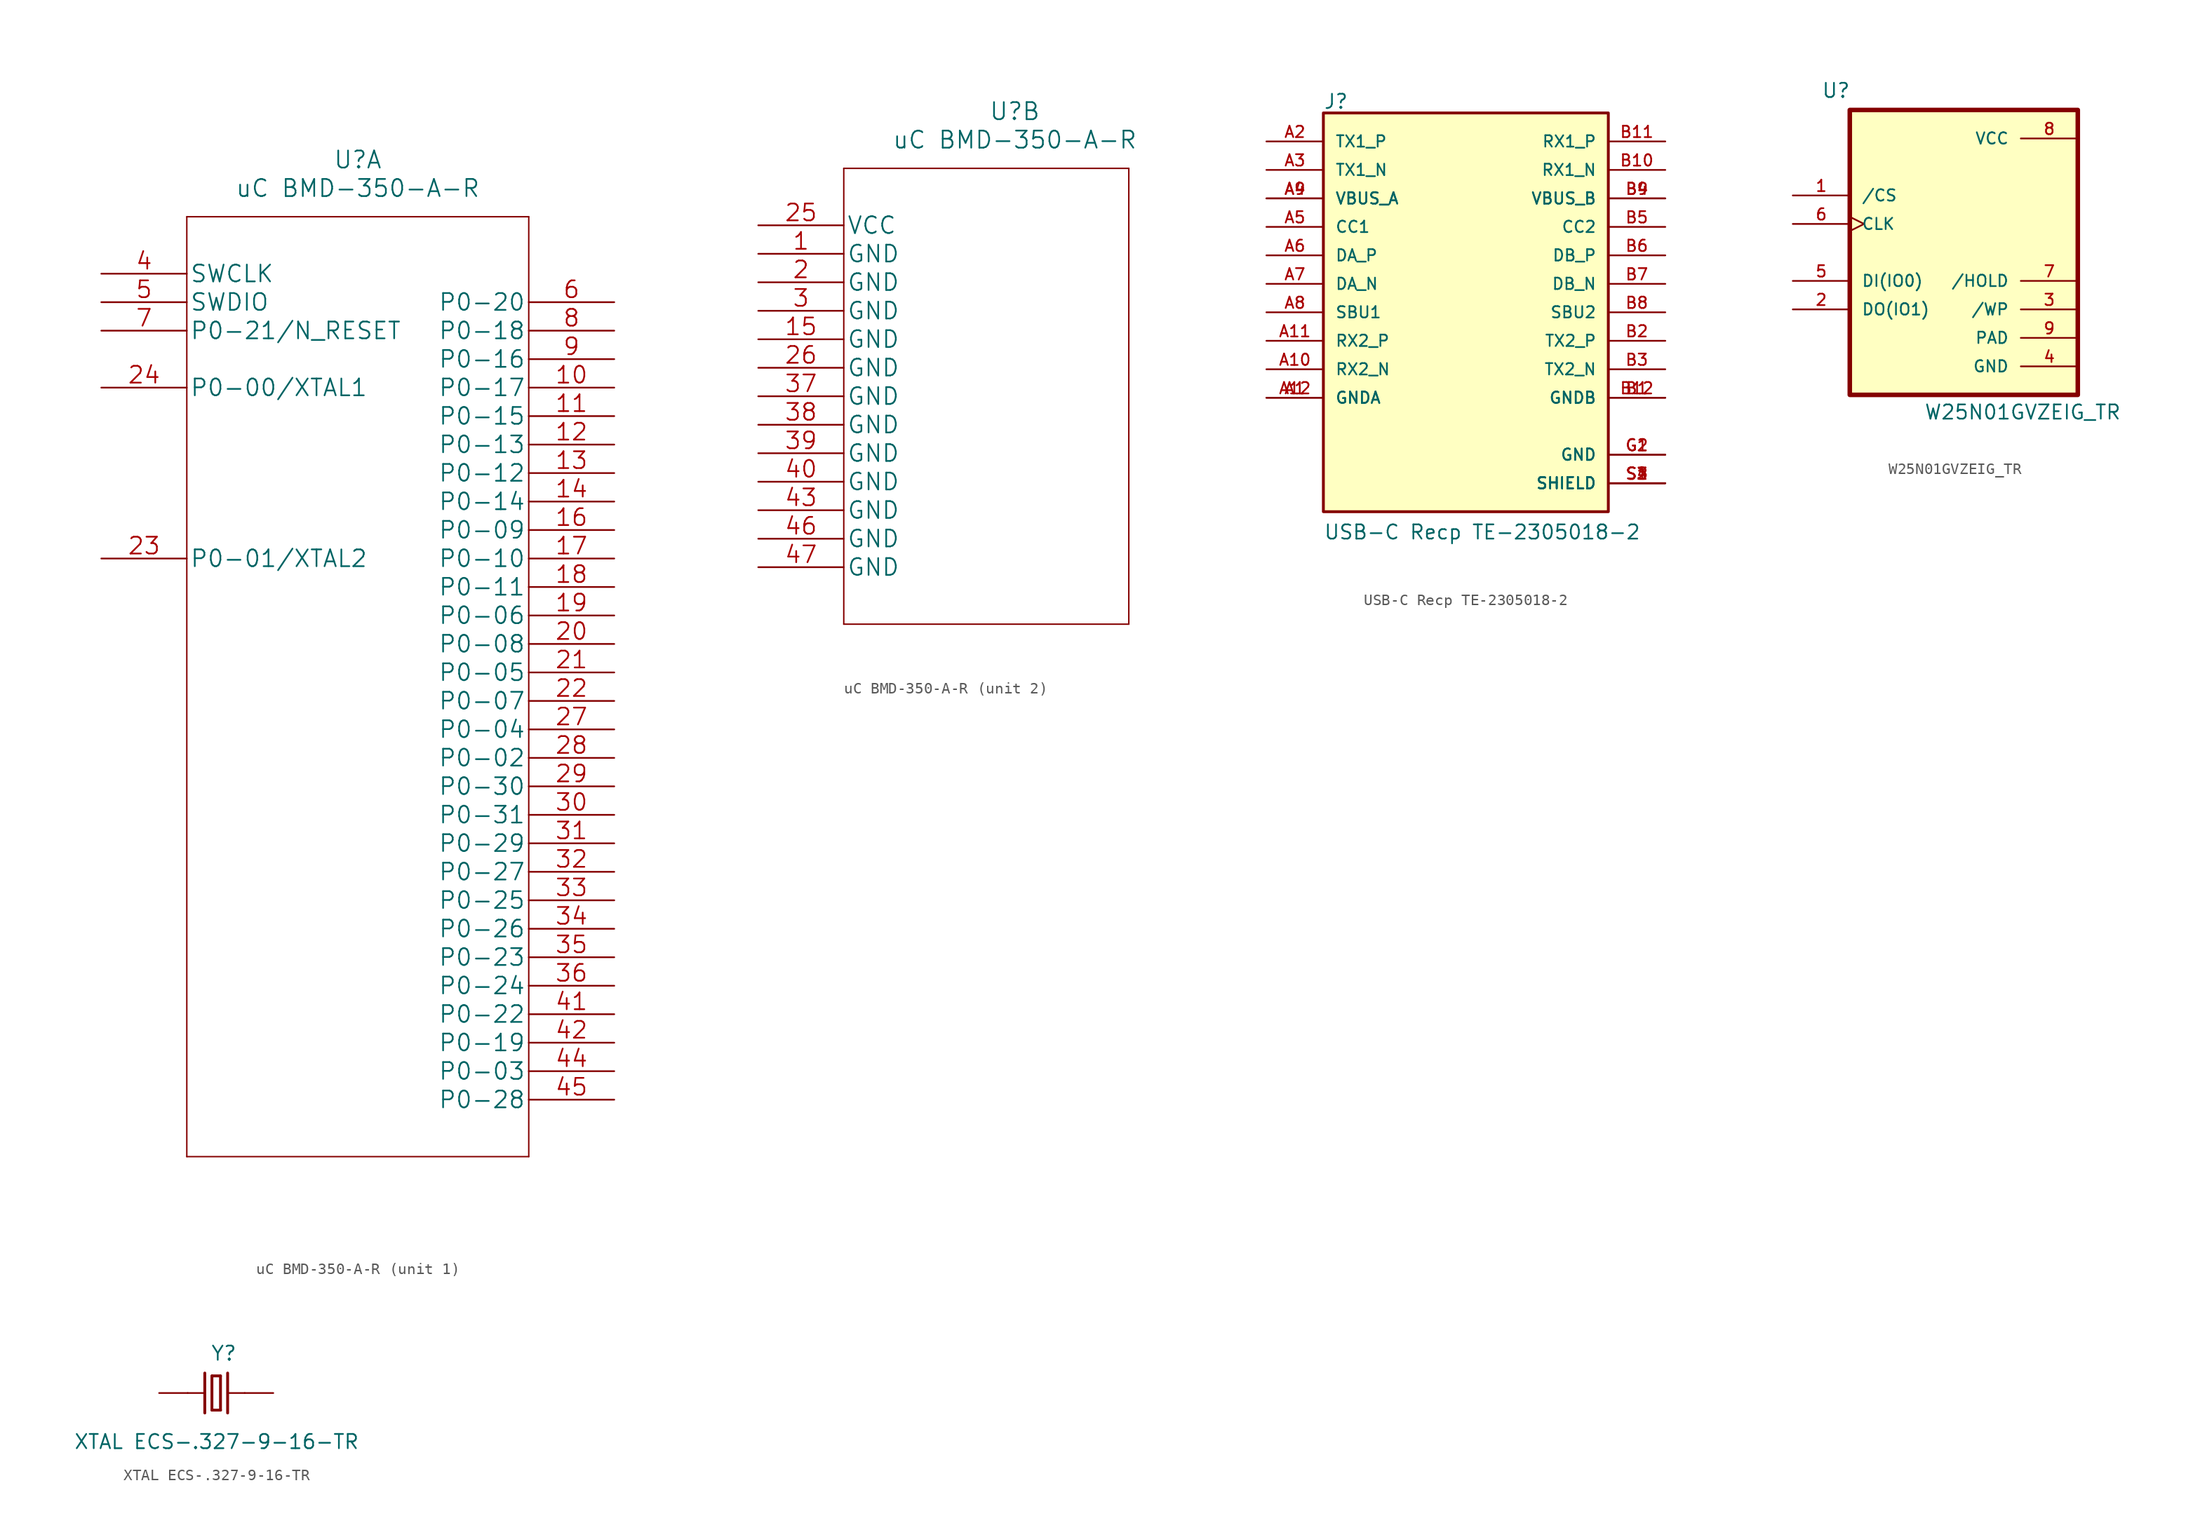
<source format=kicad_sym>
(kicad_symbol_lib
  (version 20211014)
  (generator kicad_symbol_editor)
  (symbol "uC BMD-350-A-R"
    (pin_names
      (offset 0.254))
    (property "Reference" "U"
      (at 22.86 10.16 0)
      (effects (font (size 1.524 1.524))))
    (property "Value" "uC BMD-350-A-R"
      (at 22.86 7.62 0)
      (effects (font (size 1.524 1.524))))
    (property "Datasheet" ""
      (at 0 0 0)
      (effects (font (size 1.524 1.524))))
    (property "ki_locked" ""
      (at 0 0 0)
      (effects (font (size 1.27 1.27))))
    (symbol "uC BMD-350-A-R_1_1"
      (polyline (pts (xy 7.62 -78.74) (xy 38.1 -78.74)) (stroke (width 0.127) (type default) (color 0 0 0 0)) (fill (type none)))
      (polyline (pts (xy 7.62 5.08) (xy 7.62 -78.74)) (stroke (width 0.127) (type default) (color 0 0 0 0)) (fill (type none)))
      (polyline (pts (xy 38.1 -78.74) (xy 38.1 5.08)) (stroke (width 0.127) (type default) (color 0 0 0 0)) (fill (type none)))
      (polyline (pts (xy 38.1 5.08) (xy 7.62 5.08)) (stroke (width 0.127) (type default) (color 0 0 0 0)) (fill (type none)))
      (pin bidirectional line (at 45.72 -10.16 180) (length 7.62) (name "P0-17" (effects (font (size 1.499 1.499)))) (number "10" (effects (font (size 1.499 1.499)))))
      (pin bidirectional line (at 45.72 -12.7 180) (length 7.62) (name "P0-15" (effects (font (size 1.499 1.499)))) (number "11" (effects (font (size 1.499 1.499)))))
      (pin bidirectional line (at 45.72 -15.24 180) (length 7.62) (name "P0-13" (effects (font (size 1.499 1.499)))) (number "12" (effects (font (size 1.499 1.499)))))
      (pin bidirectional line (at 45.72 -17.78 180) (length 7.62) (name "P0-12" (effects (font (size 1.499 1.499)))) (number "13" (effects (font (size 1.499 1.499)))))
      (pin bidirectional line (at 45.72 -20.32 180) (length 7.62) (name "P0-14" (effects (font (size 1.499 1.499)))) (number "14" (effects (font (size 1.499 1.499)))))
      (pin bidirectional line (at 45.72 -22.86 180) (length 7.62) (name "P0-09" (effects (font (size 1.499 1.499)))) (number "16" (effects (font (size 1.499 1.499)))))
      (pin bidirectional line (at 45.72 -25.4 180) (length 7.62) (name "P0-10" (effects (font (size 1.499 1.499)))) (number "17" (effects (font (size 1.499 1.499)))))
      (pin bidirectional line (at 45.72 -27.94 180) (length 7.62) (name "P0-11" (effects (font (size 1.499 1.499)))) (number "18" (effects (font (size 1.499 1.499)))))
      (pin bidirectional line (at 45.72 -30.48 180) (length 7.62) (name "P0-06" (effects (font (size 1.499 1.499)))) (number "19" (effects (font (size 1.499 1.499)))))
      (pin bidirectional line (at 45.72 -33.02 180) (length 7.62) (name "P0-08" (effects (font (size 1.499 1.499)))) (number "20" (effects (font (size 1.499 1.499)))))
      (pin bidirectional line (at 45.72 -35.56 180) (length 7.62) (name "P0-05" (effects (font (size 1.499 1.499)))) (number "21" (effects (font (size 1.499 1.499)))))
      (pin bidirectional line (at 45.72 -38.1 180) (length 7.62) (name "P0-07" (effects (font (size 1.499 1.499)))) (number "22" (effects (font (size 1.499 1.499)))))
      (pin bidirectional line (at 0 -25.4 0) (length 7.62) (name "P0-01/XTAL2" (effects (font (size 1.499 1.499)))) (number "23" (effects (font (size 1.499 1.499)))))
      (pin bidirectional line (at 0 -10.16 0) (length 7.62) (name "P0-00/XTAL1" (effects (font (size 1.499 1.499)))) (number "24" (effects (font (size 1.499 1.499)))))
      (pin bidirectional line (at 45.72 -40.64 180) (length 7.62) (name "P0-04" (effects (font (size 1.499 1.499)))) (number "27" (effects (font (size 1.499 1.499)))))
      (pin bidirectional line (at 45.72 -43.18 180) (length 7.62) (name "P0-02" (effects (font (size 1.499 1.499)))) (number "28" (effects (font (size 1.499 1.499)))))
      (pin bidirectional line (at 45.72 -45.72 180) (length 7.62) (name "P0-30" (effects (font (size 1.499 1.499)))) (number "29" (effects (font (size 1.499 1.499)))))
      (pin bidirectional line (at 45.72 -48.26 180) (length 7.62) (name "P0-31" (effects (font (size 1.499 1.499)))) (number "30" (effects (font (size 1.499 1.499)))))
      (pin bidirectional line (at 45.72 -50.8 180) (length 7.62) (name "P0-29" (effects (font (size 1.499 1.499)))) (number "31" (effects (font (size 1.499 1.499)))))
      (pin bidirectional line (at 45.72 -53.34 180) (length 7.62) (name "P0-27" (effects (font (size 1.499 1.499)))) (number "32" (effects (font (size 1.499 1.499)))))
      (pin bidirectional line (at 45.72 -55.88 180) (length 7.62) (name "P0-25" (effects (font (size 1.499 1.499)))) (number "33" (effects (font (size 1.499 1.499)))))
      (pin bidirectional line (at 45.72 -58.42 180) (length 7.62) (name "P0-26" (effects (font (size 1.499 1.499)))) (number "34" (effects (font (size 1.499 1.499)))))
      (pin bidirectional line (at 45.72 -60.96 180) (length 7.62) (name "P0-23" (effects (font (size 1.499 1.499)))) (number "35" (effects (font (size 1.499 1.499)))))
      (pin bidirectional line (at 45.72 -63.5 180) (length 7.62) (name "P0-24" (effects (font (size 1.499 1.499)))) (number "36" (effects (font (size 1.499 1.499)))))
      (pin input line (at 0 0 0) (length 7.62) (name "SWCLK" (effects (font (size 1.499 1.499)))) (number "4" (effects (font (size 1.499 1.499)))))
      (pin bidirectional line (at 45.72 -66.04 180) (length 7.62) (name "P0-22" (effects (font (size 1.499 1.499)))) (number "41" (effects (font (size 1.499 1.499)))))
      (pin bidirectional line (at 45.72 -68.58 180) (length 7.62) (name "P0-19" (effects (font (size 1.499 1.499)))) (number "42" (effects (font (size 1.499 1.499)))))
      (pin bidirectional line (at 45.72 -71.12 180) (length 7.62) (name "P0-03" (effects (font (size 1.499 1.499)))) (number "44" (effects (font (size 1.499 1.499)))))
      (pin bidirectional line (at 45.72 -73.66 180) (length 7.62) (name "P0-28" (effects (font (size 1.499 1.499)))) (number "45" (effects (font (size 1.499 1.499)))))
      (pin bidirectional line (at 0 -2.54 0) (length 7.62) (name "SWDIO" (effects (font (size 1.499 1.499)))) (number "5" (effects (font (size 1.499 1.499)))))
      (pin bidirectional line (at 45.72 -2.54 180) (length 7.62) (name "P0-20" (effects (font (size 1.499 1.499)))) (number "6" (effects (font (size 1.499 1.499)))))
      (pin bidirectional line (at 0 -5.08 0) (length 7.62) (name "P0-21/N_RESET" (effects (font (size 1.499 1.499)))) (number "7" (effects (font (size 1.499 1.499)))))
      (pin bidirectional line (at 45.72 -5.08 180) (length 7.62) (name "P0-18" (effects (font (size 1.499 1.499)))) (number "8" (effects (font (size 1.499 1.499)))))
      (pin bidirectional line (at 45.72 -7.62 180) (length 7.62) (name "P0-16" (effects (font (size 1.499 1.499)))) (number "9" (effects (font (size 1.499 1.499))))))
    (symbol "uC BMD-350-A-R_2_1"
      (polyline (pts (xy 7.62 -35.56) (xy 33.02 -35.56)) (stroke (width 0.127) (type default) (color 0 0 0 0)) (fill (type none)))
      (polyline (pts (xy 7.62 5.08) (xy 7.62 -35.56)) (stroke (width 0.127) (type default) (color 0 0 0 0)) (fill (type none)))
      (polyline (pts (xy 33.02 -35.56) (xy 33.02 5.08)) (stroke (width 0.127) (type default) (color 0 0 0 0)) (fill (type none)))
      (polyline (pts (xy 33.02 5.08) (xy 7.62 5.08)) (stroke (width 0.127) (type default) (color 0 0 0 0)) (fill (type none)))
      (pin power_in line (at 0 -2.54 0) (length 7.62) (name "GND" (effects (font (size 1.499 1.499)))) (number "1" (effects (font (size 1.499 1.499)))))
      (pin power_in line (at 0 -10.16 0) (length 7.62) (name "GND" (effects (font (size 1.499 1.499)))) (number "15" (effects (font (size 1.499 1.499)))))
      (pin power_in line (at 0 -5.08 0) (length 7.62) (name "GND" (effects (font (size 1.499 1.499)))) (number "2" (effects (font (size 1.499 1.499)))))
      (pin power_in line (at 0 0 0) (length 7.62) (name "VCC" (effects (font (size 1.499 1.499)))) (number "25" (effects (font (size 1.499 1.499)))))
      (pin power_in line (at 0 -12.7 0) (length 7.62) (name "GND" (effects (font (size 1.499 1.499)))) (number "26" (effects (font (size 1.499 1.499)))))
      (pin power_in line (at 0 -7.62 0) (length 7.62) (name "GND" (effects (font (size 1.499 1.499)))) (number "3" (effects (font (size 1.499 1.499)))))
      (pin power_in line (at 0 -15.24 0) (length 7.62) (name "GND" (effects (font (size 1.499 1.499)))) (number "37" (effects (font (size 1.499 1.499)))))
      (pin power_in line (at 0 -17.78 0) (length 7.62) (name "GND" (effects (font (size 1.499 1.499)))) (number "38" (effects (font (size 1.499 1.499)))))
      (pin power_in line (at 0 -20.32 0) (length 7.62) (name "GND" (effects (font (size 1.499 1.499)))) (number "39" (effects (font (size 1.499 1.499)))))
      (pin power_in line (at 0 -22.86 0) (length 7.62) (name "GND" (effects (font (size 1.499 1.499)))) (number "40" (effects (font (size 1.499 1.499)))))
      (pin power_in line (at 0 -25.4 0) (length 7.62) (name "GND" (effects (font (size 1.499 1.499)))) (number "43" (effects (font (size 1.499 1.499)))))
      (pin power_in line (at 0 -27.94 0) (length 7.62) (name "GND" (effects (font (size 1.499 1.499)))) (number "46" (effects (font (size 1.499 1.499)))))
      (pin power_in line (at 0 -30.48 0) (length 7.62) (name "GND" (effects (font (size 1.499 1.499)))) (number "47" (effects (font (size 1.499 1.499)))))))
  (symbol "USB-C Recp TE-2305018-2"
    (pin_names
      (offset 1.016))
    (property "Reference" "J"
      (at -12.7 18.059 0)
      (effects (font (size 1.27 1.27)) (justify left bottom)))
    (property "Value" "USB-C Recp TE-2305018-2"
      (at -12.7 -20.345 0)
      (effects (font (size 1.27 1.27)) (justify left bottom)))
    (symbol "USB-C Recp TE-2305018-2_0_0"
      (rectangle (start -12.7 -17.78) (end 12.7 17.78) (stroke (width 0.254) (type default) (color 0 0 0 0)) (fill (type background)))
      (pin passive line (at -17.78 -7.62 0) (length 5.08) (name "GNDA" (effects (font (size 1.016 1.016)))) (number "A1" (effects (font (size 1.016 1.016)))))
      (pin passive line (at -17.78 -5.08 0) (length 5.08) (name "RX2_N" (effects (font (size 1.016 1.016)))) (number "A10" (effects (font (size 1.016 1.016)))))
      (pin passive line (at -17.78 -2.54 0) (length 5.08) (name "RX2_P" (effects (font (size 1.016 1.016)))) (number "A11" (effects (font (size 1.016 1.016)))))
      (pin passive line (at -17.78 -7.62 0) (length 5.08) (name "GNDA" (effects (font (size 1.016 1.016)))) (number "A12" (effects (font (size 1.016 1.016)))))
      (pin passive line (at -17.78 15.24 0) (length 5.08) (name "TX1_P" (effects (font (size 1.016 1.016)))) (number "A2" (effects (font (size 1.016 1.016)))))
      (pin passive line (at -17.78 12.7 0) (length 5.08) (name "TX1_N" (effects (font (size 1.016 1.016)))) (number "A3" (effects (font (size 1.016 1.016)))))
      (pin passive line (at -17.78 10.16 0) (length 5.08) (name "VBUS_A" (effects (font (size 1.016 1.016)))) (number "A4" (effects (font (size 1.016 1.016)))))
      (pin passive line (at -17.78 7.62 0) (length 5.08) (name "CC1" (effects (font (size 1.016 1.016)))) (number "A5" (effects (font (size 1.016 1.016)))))
      (pin passive line (at -17.78 5.08 0) (length 5.08) (name "DA_P" (effects (font (size 1.016 1.016)))) (number "A6" (effects (font (size 1.016 1.016)))))
      (pin passive line (at -17.78 2.54 0) (length 5.08) (name "DA_N" (effects (font (size 1.016 1.016)))) (number "A7" (effects (font (size 1.016 1.016)))))
      (pin passive line (at -17.78 0 0) (length 5.08) (name "SBU1" (effects (font (size 1.016 1.016)))) (number "A8" (effects (font (size 1.016 1.016)))))
      (pin passive line (at -17.78 10.16 0) (length 5.08) (name "VBUS_A" (effects (font (size 1.016 1.016)))) (number "A9" (effects (font (size 1.016 1.016)))))
      (pin passive line (at 17.78 -7.62 180) (length 5.08) (name "GNDB" (effects (font (size 1.016 1.016)))) (number "B1" (effects (font (size 1.016 1.016)))))
      (pin passive line (at 17.78 12.7 180) (length 5.08) (name "RX1_N" (effects (font (size 1.016 1.016)))) (number "B10" (effects (font (size 1.016 1.016)))))
      (pin passive line (at 17.78 15.24 180) (length 5.08) (name "RX1_P" (effects (font (size 1.016 1.016)))) (number "B11" (effects (font (size 1.016 1.016)))))
      (pin passive line (at 17.78 -7.62 180) (length 5.08) (name "GNDB" (effects (font (size 1.016 1.016)))) (number "B12" (effects (font (size 1.016 1.016)))))
      (pin passive line (at 17.78 -2.54 180) (length 5.08) (name "TX2_P" (effects (font (size 1.016 1.016)))) (number "B2" (effects (font (size 1.016 1.016)))))
      (pin passive line (at 17.78 -5.08 180) (length 5.08) (name "TX2_N" (effects (font (size 1.016 1.016)))) (number "B3" (effects (font (size 1.016 1.016)))))
      (pin passive line (at 17.78 10.16 180) (length 5.08) (name "VBUS_B" (effects (font (size 1.016 1.016)))) (number "B4" (effects (font (size 1.016 1.016)))))
      (pin passive line (at 17.78 7.62 180) (length 5.08) (name "CC2" (effects (font (size 1.016 1.016)))) (number "B5" (effects (font (size 1.016 1.016)))))
      (pin passive line (at 17.78 5.08 180) (length 5.08) (name "DB_P" (effects (font (size 1.016 1.016)))) (number "B6" (effects (font (size 1.016 1.016)))))
      (pin passive line (at 17.78 2.54 180) (length 5.08) (name "DB_N" (effects (font (size 1.016 1.016)))) (number "B7" (effects (font (size 1.016 1.016)))))
      (pin passive line (at 17.78 0 180) (length 5.08) (name "SBU2" (effects (font (size 1.016 1.016)))) (number "B8" (effects (font (size 1.016 1.016)))))
      (pin passive line (at 17.78 10.16 180) (length 5.08) (name "VBUS_B" (effects (font (size 1.016 1.016)))) (number "B9" (effects (font (size 1.016 1.016)))))
      (pin power_in line (at 17.78 -12.7 180) (length 5.08) (name "GND" (effects (font (size 1.016 1.016)))) (number "G1" (effects (font (size 1.016 1.016)))))
      (pin power_in line (at 17.78 -12.7 180) (length 5.08) (name "GND" (effects (font (size 1.016 1.016)))) (number "G2" (effects (font (size 1.016 1.016)))))
      (pin power_in line (at 17.78 -15.24 180) (length 5.08) (name "SHIELD" (effects (font (size 1.016 1.016)))) (number "S1" (effects (font (size 1.016 1.016)))))
      (pin power_in line (at 17.78 -15.24 180) (length 5.08) (name "SHIELD" (effects (font (size 1.016 1.016)))) (number "S2" (effects (font (size 1.016 1.016)))))
      (pin power_in line (at 17.78 -15.24 180) (length 5.08) (name "SHIELD" (effects (font (size 1.016 1.016)))) (number "S3" (effects (font (size 1.016 1.016)))))
      (pin power_in line (at 17.78 -15.24 180) (length 5.08) (name "SHIELD" (effects (font (size 1.016 1.016)))) (number "S4" (effects (font (size 1.016 1.016)))))))
  (symbol "W25N01GVZEIG_TR"
    (pin_names
      (offset 1.016))
    (property "Reference" "U"
      (at -12.7 11.151 0)
      (effects (font (size 1.27 1.27)) (justify left bottom)))
    (property "Value" "W25N01GVZEIG_TR"
      (at -3.556 -17.526 0)
      (effects (font (size 1.27 1.27)) (justify left bottom)))
    (symbol "W25N01GVZEIG_TR_0_0"
      (rectangle (start -10.16 10.16) (end 10.16 -15.24) (stroke (width 0.406) (type default) (color 0 0 0 0)) (fill (type background)))
      (pin input line (at -15.24 2.54 0) (length 5.08) (name "/CS" (effects (font (size 1.016 1.016)))) (number "1" (effects (font (size 1.016 1.016)))))
      (pin bidirectional line (at -15.24 -7.62 0) (length 5.08) (name "DO(IO1)" (effects (font (size 1.016 1.016)))) (number "2" (effects (font (size 1.016 1.016)))))
      (pin bidirectional line (at 10.16 -7.62 180) (length 5.08) (name "/WP" (effects (font (size 1.016 1.016)))) (number "3" (effects (font (size 1.016 1.016)))))
      (pin power_in line (at 10.16 -12.7 180) (length 5.08) (name "GND" (effects (font (size 1.016 1.016)))) (number "4" (effects (font (size 1.016 1.016)))))
      (pin bidirectional line (at -15.24 -5.08 0) (length 5.08) (name "DI(IO0)" (effects (font (size 1.016 1.016)))) (number "5" (effects (font (size 1.016 1.016)))))
      (pin input clock (at -15.24 0 0) (length 5.08) (name "CLK" (effects (font (size 1.016 1.016)))) (number "6" (effects (font (size 1.016 1.016)))))
      (pin bidirectional line (at 10.16 -5.08 180) (length 5.08) (name "/HOLD" (effects (font (size 1.016 1.016)))) (number "7" (effects (font (size 1.016 1.016)))))
      (pin power_in line (at 10.16 7.62 180) (length 5.08) (name "VCC" (effects (font (size 1.016 1.016)))) (number "8" (effects (font (size 1.016 1.016))))))
    (symbol "W25N01GVZEIG_TR_1_1"
      (pin passive line (at 10.16 -10.16 180) (length 5.08) (name "PAD" (effects (font (size 1.016 1.016)))) (number "9" (effects (font (size 1.016 1.016)))))))
  (symbol "XTAL ECS-.327-9-16-TR"
    (pin_numbers hide)
    (pin_names
      (offset 1.016) hide)
    (property "Reference" "Y"
      (at -0.508 2.794 0)
      (effects (font (size 1.27 1.27)) (justify left bottom)))
    (property "Value" "XTAL ECS-.327-9-16-TR"
      (at -12.7 -5.08 0)
      (effects (font (size 1.27 1.27)) (justify left bottom)))
    (symbol "XTAL ECS-.327-9-16-TR_0_0"
      (polyline (pts (xy -2.54 0) (xy -1.016 0)) (stroke (width 0.152) (type default) (color 0 0 0 0)) (fill (type none)))
      (polyline (pts (xy -1.016 1.778) (xy -1.016 -1.778)) (stroke (width 0.254) (type default) (color 0 0 0 0)) (fill (type none)))
      (polyline (pts (xy -0.381 -1.524) (xy 0.381 -1.524)) (stroke (width 0.254) (type default) (color 0 0 0 0)) (fill (type none)))
      (polyline (pts (xy -0.381 1.524) (xy -0.381 -1.524)) (stroke (width 0.254) (type default) (color 0 0 0 0)) (fill (type none)))
      (polyline (pts (xy 0.381 -1.524) (xy 0.381 1.524)) (stroke (width 0.254) (type default) (color 0 0 0 0)) (fill (type none)))
      (polyline (pts (xy 0.381 1.524) (xy -0.381 1.524)) (stroke (width 0.254) (type default) (color 0 0 0 0)) (fill (type none)))
      (polyline (pts (xy 1.016 0) (xy 2.54 0)) (stroke (width 0.152) (type default) (color 0 0 0 0)) (fill (type none)))
      (polyline (pts (xy 1.016 1.778) (xy 1.016 -1.778)) (stroke (width 0.254) (type default) (color 0 0 0 0)) (fill (type none)))
      (pin passive line (at -5.08 0 0) (length 2.54) (name "~" (effects (font (size 1.016 1.016)))) (number "1" (effects (font (size 1.016 1.016)))))
      (pin passive line (at 5.08 0 180) (length 2.54) (name "~" (effects (font (size 1.016 1.016)))) (number "2" (effects (font (size 1.016 1.016))))))))
</source>
